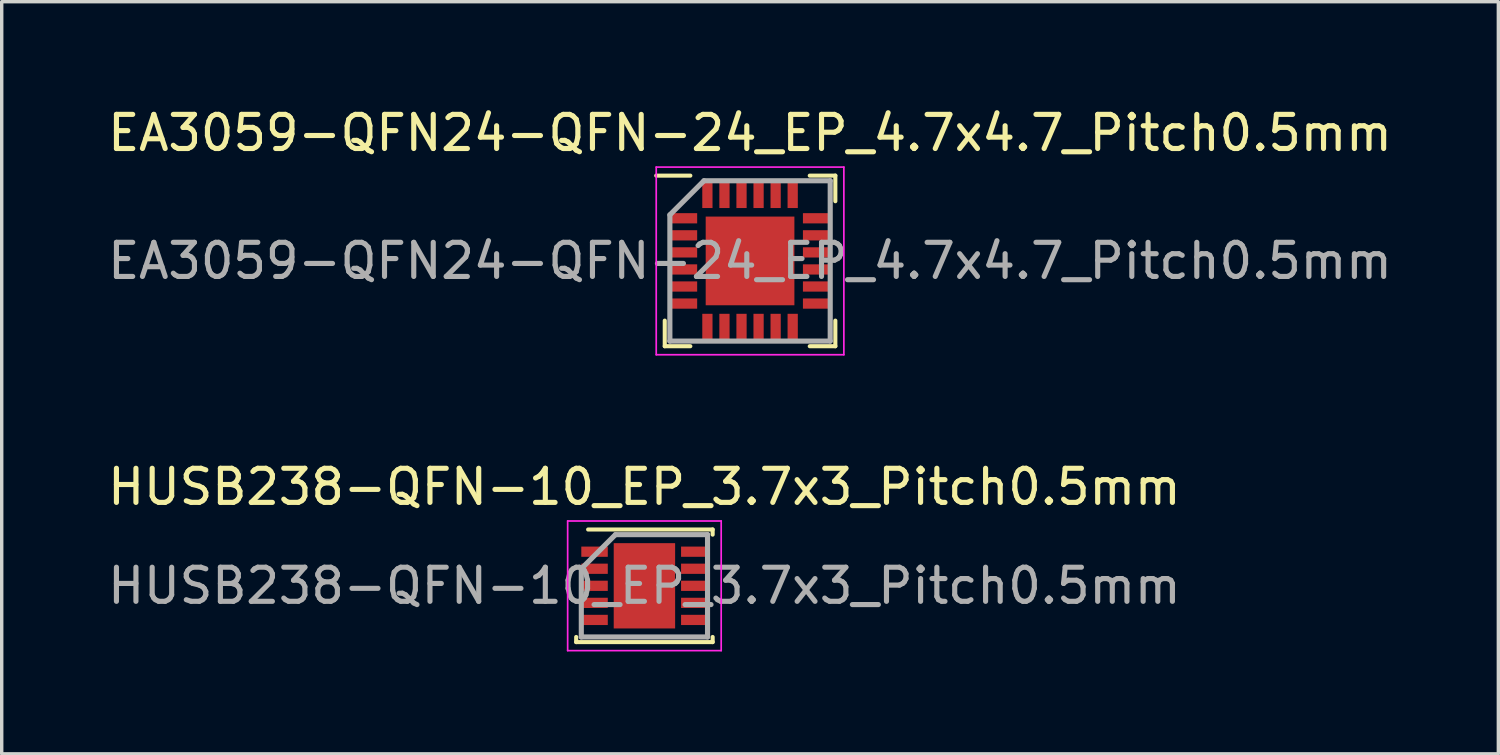
<source format=kicad_pcb>
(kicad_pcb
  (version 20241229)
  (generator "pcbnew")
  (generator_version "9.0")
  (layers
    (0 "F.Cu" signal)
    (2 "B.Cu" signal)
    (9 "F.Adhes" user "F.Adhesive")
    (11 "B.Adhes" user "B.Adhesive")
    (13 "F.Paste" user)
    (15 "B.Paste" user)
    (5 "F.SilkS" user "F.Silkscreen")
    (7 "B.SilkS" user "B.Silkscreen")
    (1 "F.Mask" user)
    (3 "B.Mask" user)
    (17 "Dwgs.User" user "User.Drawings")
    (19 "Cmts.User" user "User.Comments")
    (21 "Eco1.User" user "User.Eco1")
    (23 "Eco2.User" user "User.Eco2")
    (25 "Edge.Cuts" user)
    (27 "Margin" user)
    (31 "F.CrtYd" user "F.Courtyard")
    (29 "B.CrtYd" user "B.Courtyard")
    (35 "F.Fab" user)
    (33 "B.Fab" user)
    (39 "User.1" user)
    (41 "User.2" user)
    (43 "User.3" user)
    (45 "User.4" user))
  (footprint "HUSB238-QFN-10_EP_3.7x3_Pitch0.5mm"
    (layer "F.Cu")
    (at 15.839 14.121)
    (property "Reference" "HUSB238-QFN-10_EP_3.7x3_Pitch0.5mm" (at 0 -2.9 0) (layer "F.SilkS") (effects (font (size 1 1) (thickness 0.15))))
    (attr smd)
    (fp_line (start -2 1.5) (end -2 1.65) (stroke (width 0.12) (type default)) (layer "F.SilkS"))
    (fp_line (start -2 1.65) (end 2 1.65) (stroke (width 0.12) (type default)) (layer "F.SilkS"))
    (fp_line (start -1.65 -1.65) (end 2 -1.65) (stroke (width 0.12) (type default)) (layer "F.SilkS"))
    (fp_line (start 2 -1.65) (end 2 -1.5) (stroke (width 0.12) (type default)) (layer "F.SilkS"))
    (fp_line (start 2 1.65) (end 2 1.5) (stroke (width 0.12) (type default)) (layer "F.SilkS"))
    (fp_line (start -2.25 -1.9) (end 2.25 -1.9) (stroke (width 0.05) (type default)) (layer "F.CrtYd"))
    (fp_line (start -2.25 1.9) (end -2.25 -1.9) (stroke (width 0.05) (type default)) (layer "F.CrtYd"))
    (fp_line (start 2.25 -1.9) (end 2.25 1.9) (stroke (width 0.05) (type default)) (layer "F.CrtYd"))
    (fp_line (start 2.25 1.9) (end -2.25 1.9) (stroke (width 0.05) (type default)) (layer "F.CrtYd"))
    (fp_line (start -1.85 -0.5) (end -1.85 1.5) (stroke (width 0.15) (type default)) (layer "F.Fab"))
    (fp_line (start -1.85 1.5) (end 1.85 1.5) (stroke (width 0.15) (type default)) (layer "F.Fab"))
    (fp_line (start -0.85 -1.5) (end -1.85 -0.5) (stroke (width 0.15) (type default)) (layer "F.Fab"))
    (fp_line (start 1.85 -1.5) (end -0.85 -1.5) (stroke (width 0.15) (type default)) (layer "F.Fab"))
    (fp_line (start 1.85 1.5) (end 1.85 -1.5) (stroke (width 0.15) (type default)) (layer "F.Fab"))
    (fp_text user "${REFERENCE}" (at 0 0 0) (layer "F.Fab") (effects (font (size 1 1) (thickness 0.15))))
    (pad "" smd rect (at -0.675 -0.938) (size 0.000001 0.175) (layers "F.Paste"))
    (pad "" smd rect (at -0.675 -0.312) (size 0.000001 0.175) (layers "F.Paste"))
    (pad "" smd rect (at -0.675 0.312) (size 0.000001 0.175) (layers "F.Paste"))
    (pad "" smd rect (at -0.675 0.938) (size 0.000001 0.175) (layers "F.Paste"))
    (pad "" smd rect (at -0.225 -0.938) (size 0.000001 0.175) (layers "F.Paste"))
    (pad "" smd rect (at -0.225 -0.312) (size 0.000001 0.175) (layers "F.Paste"))
    (pad "" smd rect (at -0.225 0.312) (size 0.000001 0.175) (layers "F.Paste"))
    (pad "" smd rect (at -0.225 0.938) (size 0.000001 0.175) (layers "F.Paste"))
    (pad "" smd rect (at 0.225 -0.938) (size 0.000001 0.175) (layers "F.Paste"))
    (pad "" smd rect (at 0.225 -0.312) (size 0.000001 0.175) (layers "F.Paste"))
    (pad "" smd rect (at 0.225 0.312) (size 0.000001 0.175) (layers "F.Paste"))
    (pad "" smd rect (at 0.225 0.938) (size 0.000001 0.175) (layers "F.Paste"))
    (pad "" smd rect (at 0.675 -0.938) (size 0.000001 0.175) (layers "F.Paste"))
    (pad "" smd rect (at 0.675 -0.312) (size 0.000001 0.175) (layers "F.Paste"))
    (pad "" smd rect (at 0.675 0.312) (size 0.000001 0.175) (layers "F.Paste"))
    (pad "" smd rect (at 0.675 0.938) (size 0.000001 0.175) (layers "F.Paste"))
    (pad "1" smd rect (at -1.462 -1 90) (size 0.3 0.776) (layers "F.Cu" "F.Mask" "F.Paste"))
    (pad "2" smd rect (at -1.462 -0.5 90) (size 0.3 0.776) (layers "F.Cu" "F.Mask" "F.Paste"))
    (pad "3" smd rect (at -1.462 0 90) (size 0.3 0.776) (layers "F.Cu" "F.Mask" "F.Paste"))
    (pad "4" smd rect (at -1.462 0.5 90) (size 0.3 0.776) (layers "F.Cu" "F.Mask" "F.Paste"))
    (pad "5" smd rect (at -1.462 1 90) (size 0.3 0.776) (layers "F.Cu" "F.Mask" "F.Paste"))
    (pad "6" smd rect (at 1.462 1 90) (size 0.3 0.776) (layers "F.Cu" "F.Mask" "F.Paste"))
    (pad "7" smd rect (at 1.462 0.5 90) (size 0.3 0.776) (layers "F.Cu" "F.Mask" "F.Paste"))
    (pad "8" smd rect (at 1.462 0 90) (size 0.3 0.776) (layers "F.Cu" "F.Mask" "F.Paste"))
    (pad "9" smd rect (at 1.462 -0.5 90) (size 0.3 0.776) (layers "F.Cu" "F.Mask" "F.Paste"))
    (pad "10" smd rect (at 1.462 -1 90) (size 0.3 0.776) (layers "F.Cu" "F.Mask" "F.Paste"))
    (pad "11" smd rect (at 0 0) (size 1.8 2.5) (layers "F.Cu" "F.Mask")))
  (footprint "EA3059-QFN24-QFN-24_EP_4.7x4.7_Pitch0.5mm"
    (layer "F.Cu")
    (at 18.935 4.598)
    (property "Reference" "EA3059-QFN24-QFN-24_EP_4.7x4.7_Pitch0.5mm" (at 0 -3.75 0) (layer "F.SilkS") (effects (font (size 1 1) (thickness 0.15))))
    (attr smd)
    (fp_line (start -2.5 2.5) (end -2.5 1.75) (stroke (width 0.12) (type default)) (layer "F.SilkS"))
    (fp_line (start -1.75 -2.5) (end -2.75 -2.5) (stroke (width 0.12) (type default)) (layer "F.SilkS"))
    (fp_line (start -1.75 2.5) (end -2.5 2.5) (stroke (width 0.12) (type default)) (layer "F.SilkS"))
    (fp_line (start 1.75 -2.5) (end 2.5 -2.5) (stroke (width 0.12) (type default)) (layer "F.SilkS"))
    (fp_line (start 1.75 2.5) (end 2.5 2.5) (stroke (width 0.12) (type default)) (layer "F.SilkS"))
    (fp_line (start 2.5 -2.5) (end 2.5 -1.75) (stroke (width 0.12) (type default)) (layer "F.SilkS"))
    (fp_line (start 2.5 2.5) (end 2.5 1.75) (stroke (width 0.12) (type default)) (layer "F.SilkS"))
    (fp_line (start -2.75 -2.75) (end 2.75 -2.75) (stroke (width 0.05) (type default)) (layer "F.CrtYd"))
    (fp_line (start -2.75 2.75) (end -2.75 -2.75) (stroke (width 0.05) (type default)) (layer "F.CrtYd"))
    (fp_line (start 2.75 -2.75) (end 2.75 2.75) (stroke (width 0.05) (type default)) (layer "F.CrtYd"))
    (fp_line (start 2.75 2.75) (end -2.75 2.75) (stroke (width 0.05) (type default)) (layer "F.CrtYd"))
    (fp_line (start -2.35 -1.35) (end -2.35 2.35) (stroke (width 0.15) (type default)) (layer "F.Fab"))
    (fp_line (start -2.35 2.35) (end 2.35 2.35) (stroke (width 0.15) (type default)) (layer "F.Fab"))
    (fp_line (start -1.35 -2.35) (end -2.35 -1.35) (stroke (width 0.15) (type default)) (layer "F.Fab"))
    (fp_line (start 2.35 -2.35) (end -1.35 -2.35) (stroke (width 0.15) (type default)) (layer "F.Fab"))
    (fp_line (start 2.35 2.35) (end 2.35 -2.35) (stroke (width 0.15) (type default)) (layer "F.Fab"))
    (fp_text user "${REFERENCE}" (at 0 0 0) (layer "F.Fab") (effects (font (size 1 1) (thickness 0.15))))
    (pad "" smd rect (at -0.867 -0.867) (size 0.467 0.467) (layers "F.Paste"))
    (pad "" smd rect (at -0.867 0) (size 0.467 0.467) (layers "F.Paste"))
    (pad "" smd rect (at -0.867 0.867) (size 0.467 0.467) (layers "F.Paste"))
    (pad "" smd rect (at 0 -0.867) (size 0.467 0.467) (layers "F.Paste"))
    (pad "" smd rect (at 0 0) (size 0.467 0.467) (layers "F.Paste"))
    (pad "" smd rect (at 0 0.867) (size 0.467 0.467) (layers "F.Paste"))
    (pad "" smd rect (at 0.867 -0.867) (size 0.467 0.467) (layers "F.Paste"))
    (pad "" smd rect (at 0.867 0) (size 0.467 0.467) (layers "F.Paste"))
    (pad "" smd rect (at 0.867 0.867) (size 0.467 0.467) (layers "F.Paste"))
    (pad "1" smd rect (at -1.95 -1.25 90) (size 0.3 0.8) (layers "F.Cu" "F.Mask" "F.Paste"))
    (pad "2" smd rect (at -1.95 -0.75 90) (size 0.3 0.8) (layers "F.Cu" "F.Mask" "F.Paste"))
    (pad "3" smd rect (at -1.95 -0.25 90) (size 0.3 0.8) (layers "F.Cu" "F.Mask" "F.Paste"))
    (pad "4" smd rect (at -1.95 0.25 90) (size 0.3 0.8) (layers "F.Cu" "F.Mask" "F.Paste"))
    (pad "5" smd rect (at -1.95 0.75 90) (size 0.3 0.8) (layers "F.Cu" "F.Mask" "F.Paste"))
    (pad "6" smd rect (at -1.95 1.25 90) (size 0.3 0.8) (layers "F.Cu" "F.Mask" "F.Paste"))
    (pad "7" smd rect (at -1.25 1.95) (size 0.3 0.8) (layers "F.Cu" "F.Mask" "F.Paste"))
    (pad "8" smd rect (at -0.75 1.95) (size 0.3 0.8) (layers "F.Cu" "F.Mask" "F.Paste"))
    (pad "9" smd rect (at -0.25 1.95) (size 0.3 0.8) (layers "F.Cu" "F.Mask" "F.Paste"))
    (pad "10" smd rect (at 0.25 1.95) (size 0.3 0.8) (layers "F.Cu" "F.Mask" "F.Paste"))
    (pad "11" smd rect (at 0.75 1.95) (size 0.3 0.8) (layers "F.Cu" "F.Mask" "F.Paste"))
    (pad "12" smd rect (at 1.25 1.95) (size 0.3 0.8) (layers "F.Cu" "F.Mask" "F.Paste"))
    (pad "13" smd rect (at 1.95 1.25 90) (size 0.3 0.8) (layers "F.Cu" "F.Mask" "F.Paste"))
    (pad "14" smd rect (at 1.95 0.75 90) (size 0.3 0.8) (layers "F.Cu" "F.Mask" "F.Paste"))
    (pad "15" smd rect (at 1.95 0.25 90) (size 0.3 0.8) (layers "F.Cu" "F.Mask" "F.Paste"))
    (pad "16" smd rect (at 1.95 -0.25 90) (size 0.3 0.8) (layers "F.Cu" "F.Mask" "F.Paste"))
    (pad "17" smd rect (at 1.95 -0.75 90) (size 0.3 0.8) (layers "F.Cu" "F.Mask" "F.Paste"))
    (pad "18" smd rect (at 1.95 -1.25 90) (size 0.3 0.8) (layers "F.Cu" "F.Mask" "F.Paste"))
    (pad "19" smd rect (at 1.25 -1.95) (size 0.3 0.8) (layers "F.Cu" "F.Mask" "F.Paste"))
    (pad "20" smd rect (at 0.75 -1.95) (size 0.3 0.8) (layers "F.Cu" "F.Mask" "F.Paste"))
    (pad "21" smd rect (at 0.25 -1.95) (size 0.3 0.8) (layers "F.Cu" "F.Mask" "F.Paste"))
    (pad "22" smd rect (at -0.25 -1.95) (size 0.3 0.8) (layers "F.Cu" "F.Mask" "F.Paste"))
    (pad "23" smd rect (at -0.75 -1.95) (size 0.3 0.8) (layers "F.Cu" "F.Mask" "F.Paste"))
    (pad "24" smd rect (at -1.25 -1.95) (size 0.3 0.8) (layers "F.Cu" "F.Mask" "F.Paste"))
    (pad "25" smd rect (at 0 0) (size 2.6 2.6) (layers "F.Cu" "F.Mask")))
  (gr_rect
    (start -3 -3)
    (end 40.869 19.047)
    (stroke (width 0.1) (type default))
    (fill no)
    (layer "Edge.Cuts")))
</source>
